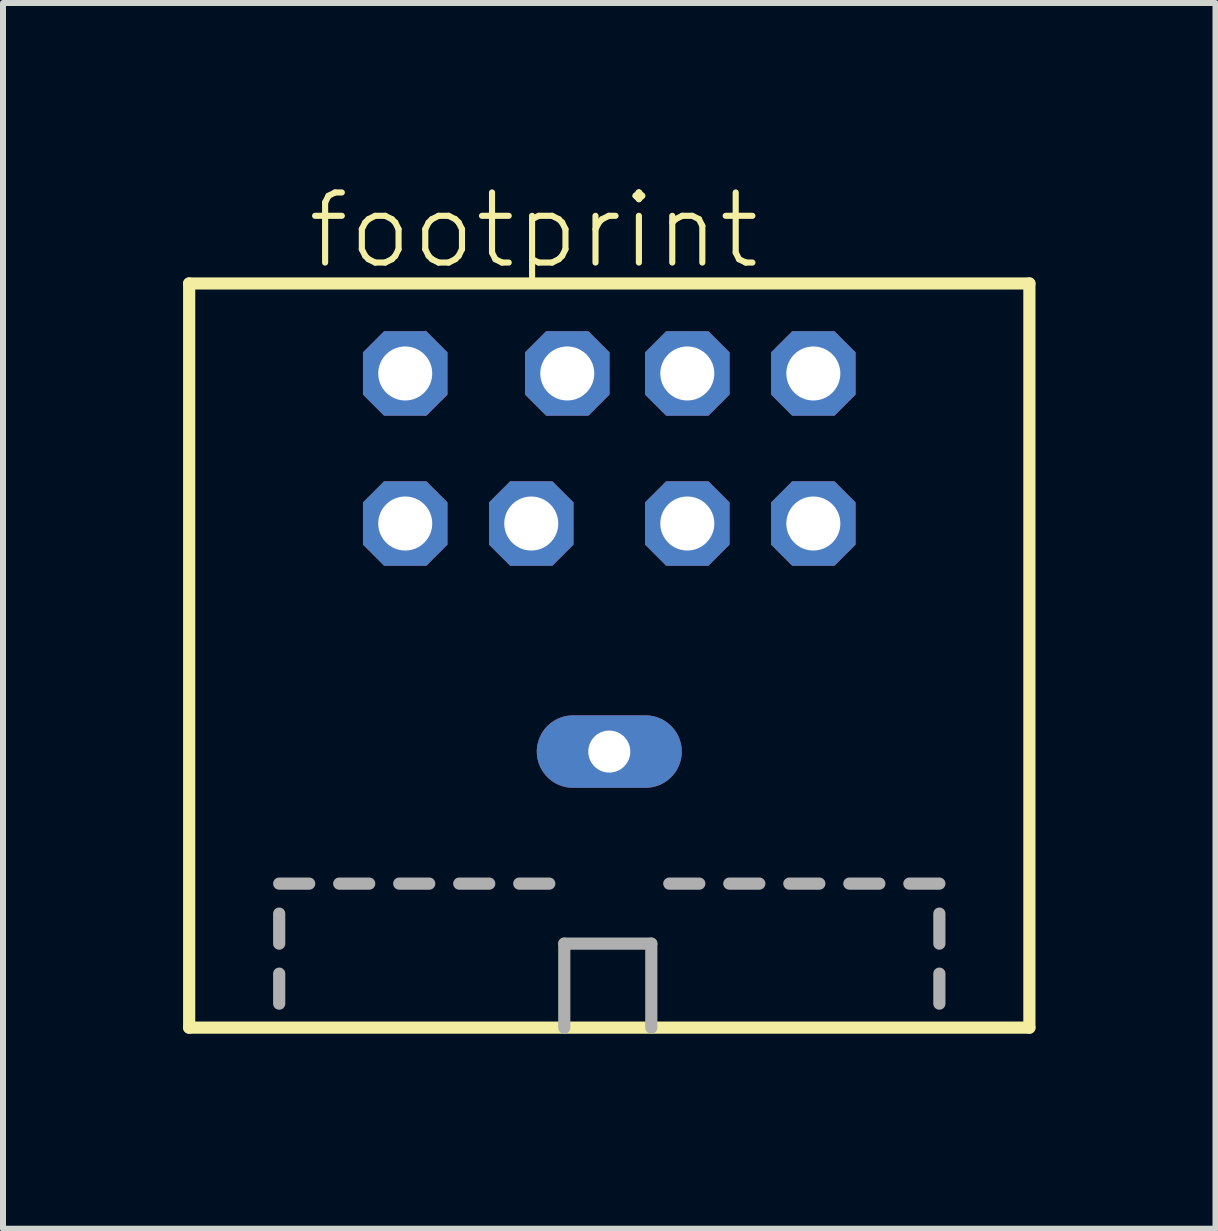
<source format=kicad_pcb>
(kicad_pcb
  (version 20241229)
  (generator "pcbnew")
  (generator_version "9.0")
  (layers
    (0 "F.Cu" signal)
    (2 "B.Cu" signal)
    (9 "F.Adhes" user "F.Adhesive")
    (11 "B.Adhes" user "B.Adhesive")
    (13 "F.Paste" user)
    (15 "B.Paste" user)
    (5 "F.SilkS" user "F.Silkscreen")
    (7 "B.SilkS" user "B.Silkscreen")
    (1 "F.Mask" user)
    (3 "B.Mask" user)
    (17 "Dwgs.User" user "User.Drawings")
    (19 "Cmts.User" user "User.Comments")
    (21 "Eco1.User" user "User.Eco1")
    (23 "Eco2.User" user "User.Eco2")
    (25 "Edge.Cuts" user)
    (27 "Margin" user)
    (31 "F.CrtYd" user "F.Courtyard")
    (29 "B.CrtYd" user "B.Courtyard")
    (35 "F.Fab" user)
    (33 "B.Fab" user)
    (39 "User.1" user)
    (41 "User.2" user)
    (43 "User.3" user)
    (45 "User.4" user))
  (footprint "footprint"
    (layer "F.Cu")
    (at 7.102 14.173)
    (property "Reference" "footprint" (at -5.08 -12.7 0) (layer "F.SilkS") (effects (font (size 1.168 1.168) (thickness 0.102)) (justify left bottom)))
    (fp_line (start -7 -12.5) (end -7 -0.1) (stroke (width 0.203) (type solid)) (layer "F.SilkS"))
    (fp_line (start -7 -0.1) (end 7 -0.1) (stroke (width 0.203) (type solid)) (layer "F.SilkS"))
    (fp_line (start 7 -12.5) (end -7 -12.5) (stroke (width 0.203) (type solid)) (layer "F.SilkS"))
    (fp_line (start 7 -0.1) (end 7 -12.5) (stroke (width 0.203) (type solid)) (layer "F.SilkS"))
    (fp_line (start -5.5 -2.5) (end -5 -2.5) (stroke (width 0.203) (type solid)) (layer "F.Fab"))
    (fp_line (start -5.5 -1.5) (end -5.5 -2) (stroke (width 0.203) (type solid)) (layer "F.Fab"))
    (fp_line (start -5.5 -0.5) (end -5.5 -1) (stroke (width 0.203) (type solid)) (layer "F.Fab"))
    (fp_line (start -4.5 -2.5) (end -4 -2.5) (stroke (width 0.203) (type solid)) (layer "F.Fab"))
    (fp_line (start -3.5 -2.5) (end -3 -2.5) (stroke (width 0.203) (type solid)) (layer "F.Fab"))
    (fp_line (start -2.5 -2.5) (end -2 -2.5) (stroke (width 0.203) (type solid)) (layer "F.Fab"))
    (fp_line (start -1.5 -2.5) (end -1 -2.5) (stroke (width 0.203) (type solid)) (layer "F.Fab"))
    (fp_line (start -0.75 -1.5) (end 0.7 -1.5) (stroke (width 0.203) (type solid)) (layer "F.Fab"))
    (fp_line (start -0.75 -0.1) (end -0.75 -1.5) (stroke (width 0.203) (type solid)) (layer "F.Fab"))
    (fp_line (start 0.7 -1.5) (end 0.7 -0.1) (stroke (width 0.203) (type solid)) (layer "F.Fab"))
    (fp_line (start 1 -2.5) (end 1.5 -2.5) (stroke (width 0.203) (type solid)) (layer "F.Fab"))
    (fp_line (start 2 -2.5) (end 2.5 -2.5) (stroke (width 0.203) (type solid)) (layer "F.Fab"))
    (fp_line (start 3 -2.5) (end 3.5 -2.5) (stroke (width 0.203) (type solid)) (layer "F.Fab"))
    (fp_line (start 4 -2.5) (end 4.5 -2.5) (stroke (width 0.203) (type solid)) (layer "F.Fab"))
    (fp_line (start 5 -2.5) (end 5.5 -2.5) (stroke (width 0.203) (type solid)) (layer "F.Fab"))
    (fp_line (start 5.5 -1.5) (end 5.5 -2) (stroke (width 0.203) (type solid)) (layer "F.Fab"))
    (fp_line (start 5.5 -0.5) (end 5.5 -1) (stroke (width 0.203) (type solid)) (layer "F.Fab"))
    (pad "1" thru_hole roundrect (at 1.3 -8.5) (size 1.408 1.408) (drill 0.9) (layers "*.Cu" "*.Mask") (roundrect_rratio 0.25) (chamfer_ratio 0.25) (chamfer top_left top_right bottom_left bottom_right))
    (pad "2" thru_hole roundrect (at -1.3 -8.5) (size 1.408 1.408) (drill 0.9) (layers "*.Cu" "*.Mask") (roundrect_rratio 0.25) (chamfer_ratio 0.25) (chamfer top_left top_right bottom_left bottom_right))
    (pad "3" thru_hole roundrect (at 3.4 -8.5) (size 1.408 1.408) (drill 0.9) (layers "*.Cu" "*.Mask") (roundrect_rratio 0.25) (chamfer_ratio 0.25) (chamfer top_left top_right bottom_left bottom_right))
    (pad "4" thru_hole roundrect (at 1.3 -11) (size 1.408 1.408) (drill 0.9) (layers "*.Cu" "*.Mask") (roundrect_rratio 0.25) (chamfer_ratio 0.25) (chamfer top_left top_right bottom_left bottom_right))
    (pad "5" thru_hole roundrect (at -3.4 -8.5) (size 1.408 1.408) (drill 0.9) (layers "*.Cu" "*.Mask") (roundrect_rratio 0.25) (chamfer_ratio 0.25) (chamfer top_left top_right bottom_left bottom_right))
    (pad "6" thru_hole roundrect (at 3.4 -11) (size 1.408 1.408) (drill 0.9) (layers "*.Cu" "*.Mask") (roundrect_rratio 0.25) (chamfer_ratio 0.25) (chamfer top_left top_right bottom_left bottom_right))
    (pad "7" thru_hole roundrect (at -0.7 -11) (size 1.408 1.408) (drill 0.9) (layers "*.Cu" "*.Mask") (roundrect_rratio 0.25) (chamfer_ratio 0.25) (chamfer top_left top_right bottom_left bottom_right))
    (pad "8" thru_hole roundrect (at -3.4 -11) (size 1.408 1.408) (drill 0.9) (layers "*.Cu" "*.Mask") (roundrect_rratio 0.25) (chamfer_ratio 0.25) (chamfer top_left top_right bottom_left bottom_right))
    (pad "M" thru_hole oval (at 0 -4.7) (size 2.416 1.208) (drill 0.7) (layers "*.Cu" "*.Mask")))
  (gr_rect
    (start -3 -3)
    (end 17.203 17.423)
    (stroke (width 0.1) (type default))
    (fill no)
    (layer "Edge.Cuts")))
</source>
